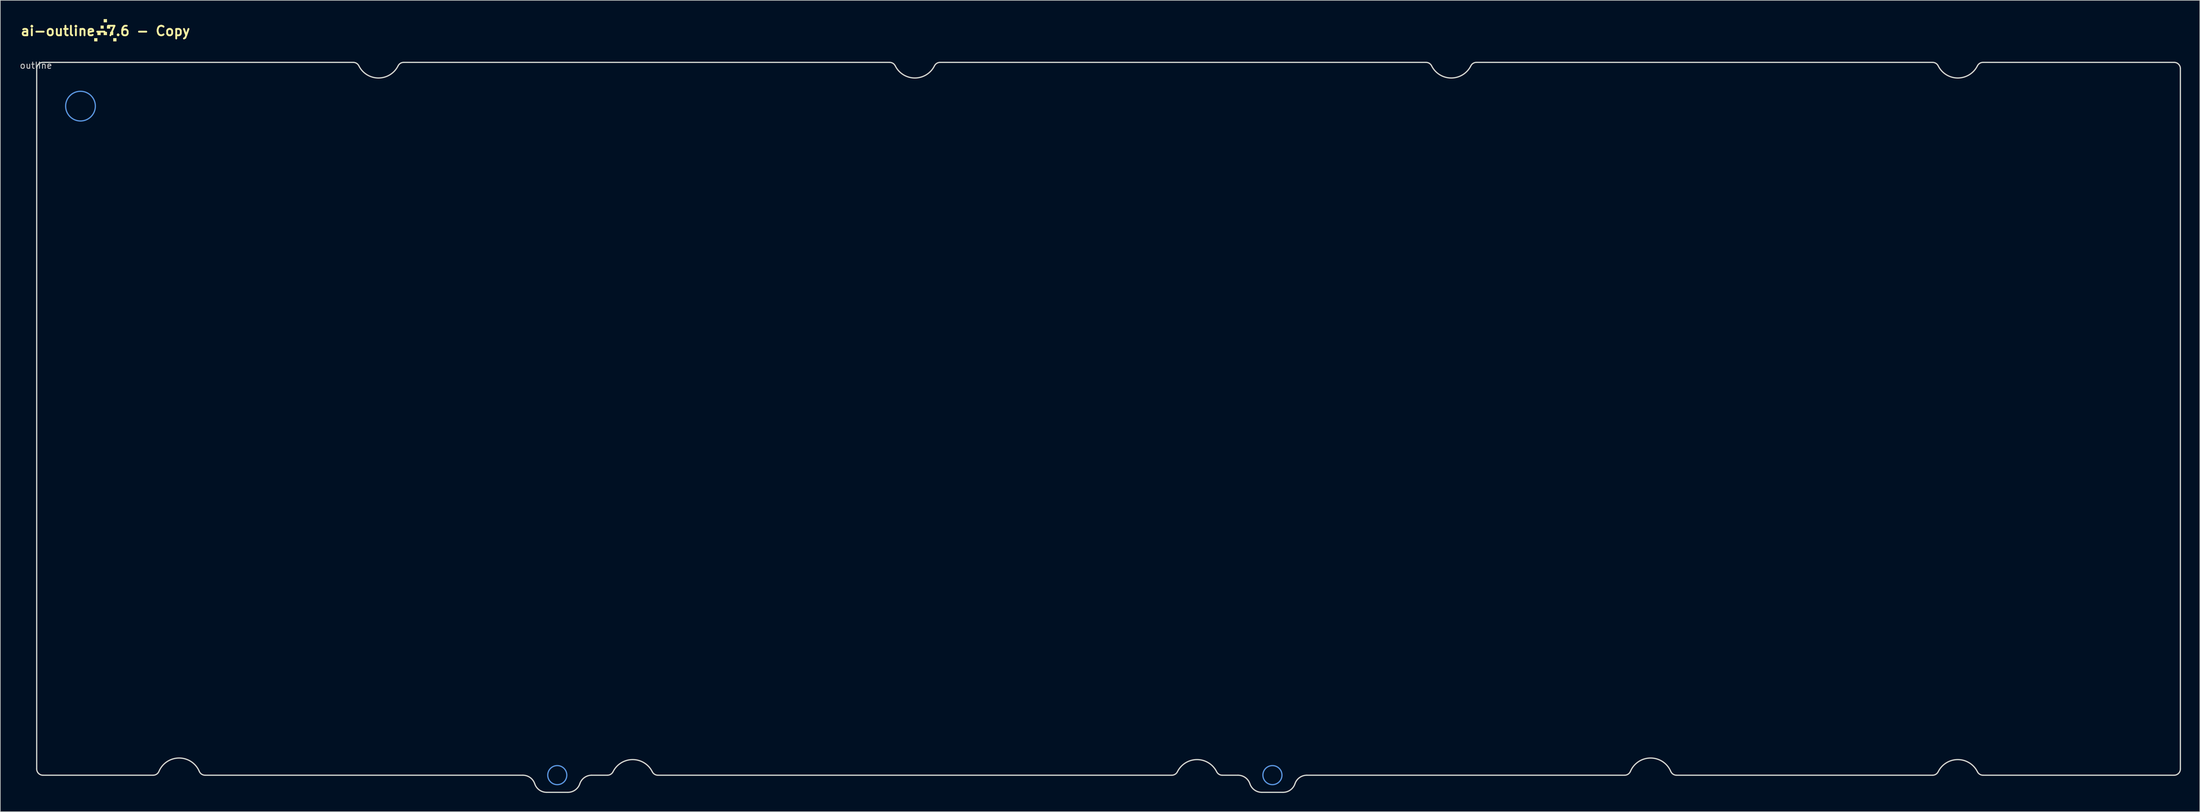
<source format=kicad_pcb>
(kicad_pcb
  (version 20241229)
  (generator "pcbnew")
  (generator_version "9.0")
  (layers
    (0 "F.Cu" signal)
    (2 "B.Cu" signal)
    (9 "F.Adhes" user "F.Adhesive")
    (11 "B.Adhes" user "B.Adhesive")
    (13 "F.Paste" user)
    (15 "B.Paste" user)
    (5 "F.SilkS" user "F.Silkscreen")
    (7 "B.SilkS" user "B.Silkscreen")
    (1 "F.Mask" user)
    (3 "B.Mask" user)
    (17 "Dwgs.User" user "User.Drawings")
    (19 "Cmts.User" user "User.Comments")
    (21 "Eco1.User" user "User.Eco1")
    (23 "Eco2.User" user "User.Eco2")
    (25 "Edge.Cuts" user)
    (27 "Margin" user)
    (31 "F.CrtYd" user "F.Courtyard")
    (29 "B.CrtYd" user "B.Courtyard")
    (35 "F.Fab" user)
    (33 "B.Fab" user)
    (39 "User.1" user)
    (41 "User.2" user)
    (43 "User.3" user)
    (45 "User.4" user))
  (footprint "outline"
    (layer "F.Cu")
    (at 2.696 6.924)
    (property "Reference" "outline" (at 0 0.5 0) (layer "Dwgs.User") (effects (font (size 1 1) (thickness 0.15))))
    (attr through_hole)
    (fp_circle (center 7.119 7) (end 9.494 7) (stroke (width 0.2) (type solid)) (fill no) (layer "Cmts.User"))
    (fp_circle (center 83.319 113.998) (end 84.843 113.998) (stroke (width 0.2) (type solid)) (fill no) (layer "Cmts.User"))
    (fp_circle (center 197.619 113.998) (end 199.143 113.998) (stroke (width 0.2) (type solid)) (fill no) (layer "Cmts.User"))
    (fp_line (start 0.119 113.013) (end 0.119 1) (stroke (width 0.2) (type solid)) (layer "Edge.Cuts"))
    (fp_line (start 1.119 0) (end 50.713 0) (stroke (width 0.2) (type solid)) (layer "Edge.Cuts"))
    (fp_line (start 18.736 114.013) (end 1.119 114.013) (stroke (width 0.2) (type solid)) (layer "Edge.Cuts"))
    (fp_line (start 58.775 0) (end 136.438 0) (stroke (width 0.2) (type solid)) (layer "Edge.Cuts"))
    (fp_line (start 77.819 114.013) (end 27.027 114.013) (stroke (width 0.2) (type solid)) (layer "Edge.Cuts"))
    (fp_line (start 85.024 116.748) (end 81.614 116.748) (stroke (width 0.2) (type solid)) (layer "Edge.Cuts"))
    (fp_line (start 91.338 114.013) (end 88.819 114.013) (stroke (width 0.2) (type solid)) (layer "Edge.Cuts"))
    (fp_line (start 144.5 0) (end 222.163 0) (stroke (width 0.2) (type solid)) (layer "Edge.Cuts"))
    (fp_line (start 181.538 114.013) (end 99.4 114.013) (stroke (width 0.2) (type solid)) (layer "Edge.Cuts"))
    (fp_line (start 192.119 114.013) (end 189.6 114.013) (stroke (width 0.2) (type solid)) (layer "Edge.Cuts"))
    (fp_line (start 199.324 116.748) (end 195.914 116.748) (stroke (width 0.2) (type solid)) (layer "Edge.Cuts"))
    (fp_line (start 230.225 0) (end 303.125 0) (stroke (width 0.2) (type solid)) (layer "Edge.Cuts"))
    (fp_line (start 253.911 114.013) (end 203.119 114.013) (stroke (width 0.2) (type solid)) (layer "Edge.Cuts"))
    (fp_line (start 303.125 114.013) (end 262.202 114.013) (stroke (width 0.2) (type solid)) (layer "Edge.Cuts"))
    (fp_line (start 311.188 0) (end 341.731 0) (stroke (width 0.2) (type solid)) (layer "Edge.Cuts"))
    (fp_line (start 341.731 114.013) (end 311.188 114.013) (stroke (width 0.2) (type solid)) (layer "Edge.Cuts"))
    (fp_line (start 342.731 1) (end 342.731 113.013) (stroke (width 0.2) (type solid)) (layer "Edge.Cuts"))
    (fp_arc (start 0.118872 1) (mid 0.411765 0.292893) (end 1.118872 0) (stroke (width 0.2) (type solid)) (layer "Edge.Cuts"))
    (fp_arc (start 1.118872 114.0125) (mid 0.411765 113.719607) (end 0.118872 113.0125) (stroke (width 0.2) (type solid)) (layer "Edge.Cuts"))
    (fp_arc (start 19.656876 113.401389) (mid 19.288362 113.845834) (end 18.735591 114.0125) (stroke (width 0.2) (type solid)) (layer "Edge.Cuts"))
    (fp_arc (start 19.656876 113.401389) (mid 22.881372 111.2625) (end 26.105868 113.401389) (stroke (width 0.2) (type solid)) (layer "Edge.Cuts"))
    (fp_arc (start 27.027152 114.012499) (mid 26.474382 113.845833) (end 26.105868 113.401389) (stroke (width 0.2) (type solid)) (layer "Edge.Cuts"))
    (fp_arc (start 50.712743 0.000001) (mid 51.239789 0.150164) (end 51.608549 0.555556) (stroke (width 0.2) (type solid)) (layer "Edge.Cuts"))
    (fp_arc (start 57.879194 0.555555) (mid 54.743872 2.5) (end 51.608549 0.555556) (stroke (width 0.2) (type solid)) (layer "Edge.Cuts"))
    (fp_arc (start 57.879194 0.555556) (mid 58.247954 0.150164) (end 58.775 0) (stroke (width 0.2) (type solid)) (layer "Edge.Cuts"))
    (fp_arc (start 77.818872 114.012501) (mid 78.988273 114.390003) (end 79.716223 115.38) (stroke (width 0.2) (type solid)) (layer "Edge.Cuts"))
    (fp_arc (start 81.613575 116.7475) (mid 80.444173 116.369998) (end 79.716223 115.38) (stroke (width 0.2) (type solid)) (layer "Edge.Cuts"))
    (fp_arc (start 86.92152 115.38) (mid 86.19357 116.369998) (end 85.024168 116.7475) (stroke (width 0.2) (type solid)) (layer "Edge.Cuts"))
    (fp_arc (start 86.92152 115.38) (mid 87.64947 114.390002) (end 88.818872 114.0125) (stroke (width 0.2) (type solid)) (layer "Edge.Cuts"))
    (fp_arc (start 92.233549 113.456944) (mid 91.864789 113.862336) (end 91.337743 114.0125) (stroke (width 0.2) (type solid)) (layer "Edge.Cuts"))
    (fp_arc (start 92.23355 113.456944) (mid 95.368872 111.5125) (end 98.504194 113.456945) (stroke (width 0.2) (type solid)) (layer "Edge.Cuts"))
    (fp_arc (start 99.400001 114.0125) (mid 98.872954 113.862337) (end 98.504194 113.456945) (stroke (width 0.2) (type solid)) (layer "Edge.Cuts"))
    (fp_arc (start 136.437743 0.000001) (mid 136.964789 0.150164) (end 137.333549 0.555556) (stroke (width 0.2) (type solid)) (layer "Edge.Cuts"))
    (fp_arc (start 143.604194 0.555556) (mid 143.972954 0.150164) (end 144.5 0) (stroke (width 0.2) (type solid)) (layer "Edge.Cuts"))
    (fp_arc (start 143.604195 0.555556) (mid 140.468872 2.500001) (end 137.333549 0.555556) (stroke (width 0.2) (type solid)) (layer "Edge.Cuts"))
    (fp_arc (start 182.433549 113.456944) (mid 182.064789 113.862336) (end 181.537743 114.0125) (stroke (width 0.2) (type solid)) (layer "Edge.Cuts"))
    (fp_arc (start 182.43355 113.456944) (mid 185.568872 111.5125) (end 188.704194 113.456945) (stroke (width 0.2) (type solid)) (layer "Edge.Cuts"))
    (fp_arc (start 189.600001 114.0125) (mid 189.072954 113.862337) (end 188.704194 113.456945) (stroke (width 0.2) (type solid)) (layer "Edge.Cuts"))
    (fp_arc (start 192.118872 114.012501) (mid 193.288273 114.390003) (end 194.016223 115.38) (stroke (width 0.2) (type solid)) (layer "Edge.Cuts"))
    (fp_arc (start 195.913575 116.7475) (mid 194.744173 116.369998) (end 194.016223 115.38) (stroke (width 0.2) (type solid)) (layer "Edge.Cuts"))
    (fp_arc (start 201.22152 115.38) (mid 200.49357 116.369998) (end 199.324168 116.7475) (stroke (width 0.2) (type solid)) (layer "Edge.Cuts"))
    (fp_arc (start 201.22152 115.38) (mid 201.94947 114.390002) (end 203.118872 114.0125) (stroke (width 0.2) (type solid)) (layer "Edge.Cuts"))
    (fp_arc (start 222.162743 0.000001) (mid 222.689789 0.150164) (end 223.058549 0.555556) (stroke (width 0.2) (type solid)) (layer "Edge.Cuts"))
    (fp_arc (start 229.329194 0.555556) (mid 229.697954 0.150164) (end 230.225 0) (stroke (width 0.2) (type solid)) (layer "Edge.Cuts"))
    (fp_arc (start 229.329195 0.555556) (mid 226.193872 2.500001) (end 223.058549 0.555556) (stroke (width 0.2) (type solid)) (layer "Edge.Cuts"))
    (fp_arc (start 254.831876 113.401389) (mid 254.463362 113.845834) (end 253.910591 114.0125) (stroke (width 0.2) (type solid)) (layer "Edge.Cuts"))
    (fp_arc (start 254.831876 113.401389) (mid 258.056372 111.2625) (end 261.280868 113.401389) (stroke (width 0.2) (type solid)) (layer "Edge.Cuts"))
    (fp_arc (start 262.202152 114.012499) (mid 261.649382 113.845833) (end 261.280868 113.401389) (stroke (width 0.2) (type solid)) (layer "Edge.Cuts"))
    (fp_arc (start 303.125243 0.000001) (mid 303.652289 0.150164) (end 304.021049 0.555556) (stroke (width 0.2) (type solid)) (layer "Edge.Cuts"))
    (fp_arc (start 304.021049 113.456944) (mid 303.652289 113.862336) (end 303.125243 114.0125) (stroke (width 0.2) (type solid)) (layer "Edge.Cuts"))
    (fp_arc (start 304.021049 113.456944) (mid 307.156372 111.5125) (end 310.291694 113.456945) (stroke (width 0.2) (type solid)) (layer "Edge.Cuts"))
    (fp_arc (start 310.291694 0.555555) (mid 307.156372 2.5) (end 304.021049 0.555556) (stroke (width 0.2) (type solid)) (layer "Edge.Cuts"))
    (fp_arc (start 310.291694 0.555556) (mid 310.660454 0.150164) (end 311.1875 0) (stroke (width 0.2) (type solid)) (layer "Edge.Cuts"))
    (fp_arc (start 311.187501 114.0125) (mid 310.660454 113.862337) (end 310.291694 113.456945) (stroke (width 0.2) (type solid)) (layer "Edge.Cuts"))
    (fp_arc (start 341.731371 -0.000001) (mid 342.438478 0.292893) (end 342.731372 1) (stroke (width 0.2) (type solid)) (layer "Edge.Cuts"))
    (fp_arc (start 342.731371 113.0125) (mid 342.438478 113.719607) (end 341.731371 114.0125) (stroke (width 0.2) (type solid)) (layer "Edge.Cuts")))
  (footprint "ai-outline-7.6 - Copy"
    (layer "F.Cu")
    (at 13.796 1.905)
    (property "Reference" "ai-outline-7.6 - Copy" (at 0 0 0) (layer "F.SilkS") (effects (font (size 1.524 1.524) (thickness 0.3))))
    (attr through_hole)
    (fp_poly (pts (xy -1.28 1.666) (xy -1.798 1.666) (xy -1.798 1.148) (xy -1.28 1.148) (xy -1.28 1.666)) (stroke (width 0.01) (type solid)) (fill yes) (layer "F.SilkS"))
    (fp_poly (pts (xy -0.762 0.66) (xy -1.28 0.66) (xy -1.28 0.142) (xy -0.762 0.142) (xy -0.762 0.66)) (stroke (width 0.01) (type solid)) (fill yes) (layer "F.SilkS"))
    (fp_poly (pts (xy -0.274 -0.376) (xy -0.762 -0.376) (xy -0.762 -0.864) (xy -0.274 -0.864) (xy -0.274 -0.376)) (stroke (width 0.01) (type solid)) (fill yes) (layer "F.SilkS"))
    (fp_poly (pts (xy 0.244 -1.382) (xy -0.274 -1.382) (xy -0.274 -1.9) (xy 0.244 -1.9) (xy 0.244 -1.382)) (stroke (width 0.01) (type solid)) (fill yes) (layer "F.SilkS"))
    (fp_poly (pts (xy 0.244 0.66) (xy -0.274 0.66) (xy -0.274 0.142) (xy 0.244 0.142) (xy 0.244 0.66)) (stroke (width 0.01) (type solid)) (fill yes) (layer "F.SilkS"))
    (fp_poly (pts (xy 0.762 -0.376) (xy 0.244 -0.376) (xy 0.244 -0.864) (xy 0.762 -0.864) (xy 0.762 -0.376)) (stroke (width 0.01) (type solid)) (fill yes) (layer "F.SilkS"))
    (fp_poly (pts (xy 1.25 0.66) (xy 0.762 0.66) (xy 0.762 0.142) (xy 1.25 0.142) (xy 1.25 0.66)) (stroke (width 0.01) (type solid)) (fill yes) (layer "F.SilkS"))
    (fp_poly (pts (xy 1.768 1.666) (xy 1.25 1.666) (xy 1.25 1.148) (xy 1.768 1.148) (xy 1.768 1.666)) (stroke (width 0.01) (type solid)) (fill yes) (layer "F.SilkS")))
  (gr_rect
    (start -3 -3)
    (end 348.528 126.772)
    (stroke (width 0.1) (type default))
    (fill no)
    (layer "Edge.Cuts")))
</source>
